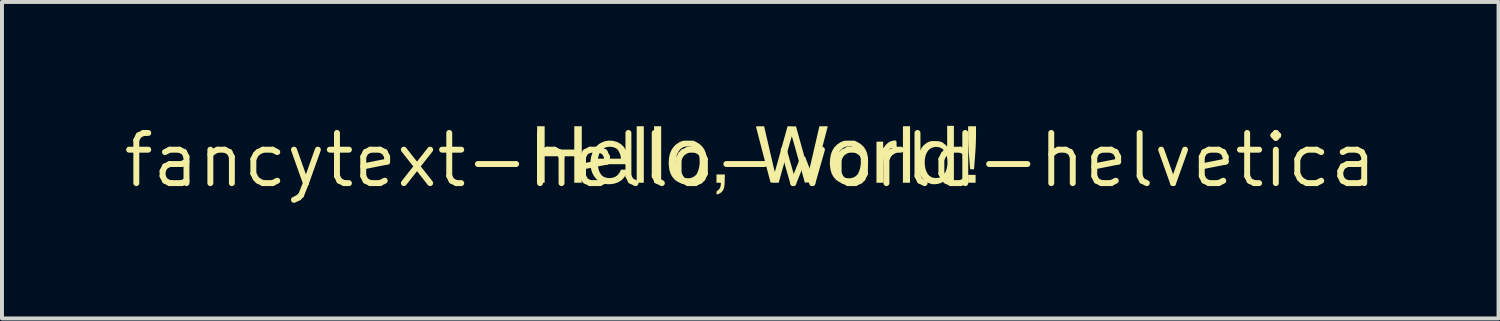
<source format=kicad_pcb>
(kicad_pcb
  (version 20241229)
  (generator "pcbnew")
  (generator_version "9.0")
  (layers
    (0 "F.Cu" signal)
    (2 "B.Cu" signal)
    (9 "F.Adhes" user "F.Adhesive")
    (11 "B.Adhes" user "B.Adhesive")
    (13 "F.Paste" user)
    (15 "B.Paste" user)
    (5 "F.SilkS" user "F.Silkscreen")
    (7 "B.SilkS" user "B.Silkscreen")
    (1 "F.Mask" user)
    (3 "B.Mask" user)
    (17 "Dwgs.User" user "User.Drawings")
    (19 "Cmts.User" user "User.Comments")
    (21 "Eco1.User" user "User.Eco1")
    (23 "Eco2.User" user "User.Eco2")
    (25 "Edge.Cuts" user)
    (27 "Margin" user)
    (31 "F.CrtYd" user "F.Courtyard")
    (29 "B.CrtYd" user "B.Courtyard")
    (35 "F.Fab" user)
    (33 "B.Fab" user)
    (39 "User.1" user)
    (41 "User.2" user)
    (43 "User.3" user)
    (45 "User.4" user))
  (footprint "fancytext-hello-world-helvetica"
    (layer "F.Cu")
    (at 15.943 1.006)
    (property "Reference" "fancytext-hello-world-helvetica" (at 0 0 0) (layer "F.SilkS") (effects (font (size 1.27 1.27) (thickness 0.15))))
    (attr board_only exclude_from_pos_files exclude_from_bom)
    (fp_poly (pts (xy -2.875 -0.145) (xy -2.875 -0.86) (xy -2.785 -0.86) (xy -2.695 -0.86) (xy -2.695 -0.145) (xy -2.695 0.57) (xy -2.785 0.57) (xy -2.875 0.57) (xy -2.875 -0.145)) (stroke (width 0) (type solid)) (fill yes) (layer "F.SilkS"))
    (fp_poly (pts (xy -2.435 -0.145) (xy -2.435 -0.86) (xy -2.345 -0.86) (xy -2.255 -0.86) (xy -2.255 -0.145) (xy -2.255 0.57) (xy -2.345 0.57) (xy -2.435 0.57) (xy -2.435 -0.145)) (stroke (width 0) (type solid)) (fill yes) (layer "F.SilkS"))
    (fp_poly (pts (xy 3.865 -0.145) (xy 3.865 -0.86) (xy 3.955 -0.86) (xy 4.045 -0.86) (xy 4.045 -0.145) (xy 4.045 0.57) (xy 3.955 0.57) (xy 3.865 0.57) (xy 3.865 -0.145)) (stroke (width 0) (type solid)) (fill yes) (layer "F.SilkS"))
    (fp_poly (pts (xy 5.515 0.47) (xy 5.515 0.37) (xy 5.61 0.37) (xy 5.705 0.37) (xy 5.705 0.47) (xy 5.705 0.57) (xy 5.61 0.57) (xy 5.515 0.57) (xy 5.515 0.47)) (stroke (width 0) (type solid)) (fill yes) (layer "F.SilkS"))
    (fp_poly (pts (xy -5.395 -0.145) (xy -5.395 -0.86) (xy -5.3 -0.86) (xy -5.205 -0.86) (xy -5.205 -0.565) (xy -5.205 -0.27) (xy -4.83 -0.27) (xy -4.455 -0.27) (xy -4.455 -0.565) (xy -4.455 -0.86) (xy -4.36 -0.86) (xy -4.265 -0.86) (xy -4.265 -0.145) (xy -4.265 0.57) (xy -4.36 0.57) (xy -4.455 0.57) (xy -4.455 0.235) (xy -4.455 -0.1) (xy -4.83 -0.1) (xy -5.205 -0.1) (xy -5.205 0.235) (xy -5.205 0.57) (xy -5.3 0.57) (xy -5.395 0.57) (xy -5.395 -0.145)) (stroke (width 0) (type solid)) (fill yes) (layer "F.SilkS"))
    (fp_poly (pts (xy -0.849 0.863) (xy -0.853 0.85) (xy -0.855 0.825) (xy -0.855 0.818) (xy -0.852 0.791) (xy -0.842 0.776) (xy -0.833 0.771) (xy -0.799 0.748) (xy -0.772 0.711) (xy -0.753 0.665) (xy -0.745 0.614) (xy -0.745 0.61) (xy -0.745 0.57) (xy -0.8 0.57) (xy -0.855 0.57) (xy -0.855 0.465) (xy -0.855 0.36) (xy -0.749 0.36) (xy -0.643 0.36) (xy -0.647 0.517) (xy -0.65 0.595) (xy -0.656 0.657) (xy -0.665 0.705) (xy -0.679 0.744) (xy -0.699 0.776) (xy -0.726 0.806) (xy -0.728 0.808) (xy -0.752 0.827) (xy -0.782 0.844) (xy -0.812 0.858) (xy -0.836 0.864) (xy -0.849 0.863)) (stroke (width 0) (type solid)) (fill yes) (layer "F.SilkS"))
    (fp_poly (pts (xy 5.565 0.217) (xy 5.564 0.205) (xy 5.562 0.175) (xy 5.558 0.13) (xy 5.553 0.073) (xy 5.548 0.006) (xy 5.542 -0.068) (xy 5.54 -0.09) (xy 5.528 -0.243) (xy 5.52 -0.383) (xy 5.516 -0.515) (xy 5.515 -0.623) (xy 5.515 -0.86) (xy 5.615 -0.86) (xy 5.715 -0.86) (xy 5.715 -0.632) (xy 5.712 -0.483) (xy 5.705 -0.315) (xy 5.693 -0.131) (xy 5.69 -0.09) (xy 5.684 -0.013) (xy 5.678 0.058) (xy 5.674 0.119) (xy 5.67 0.169) (xy 5.667 0.205) (xy 5.665 0.224) (xy 5.665 0.228) (xy 5.656 0.229) (xy 5.633 0.23) (xy 5.615 0.23) (xy 5.581 0.228) (xy 5.566 0.22) (xy 5.565 0.217)) (stroke (width 0) (type solid)) (fill yes) (layer "F.SilkS"))
    (fp_poly (pts (xy 3.195 0.05) (xy 3.195 -0.47) (xy 3.28 -0.47) (xy 3.365 -0.47) (xy 3.365 -0.383) (xy 3.365 -0.297) (xy 3.396 -0.343) (xy 3.448 -0.407) (xy 3.509 -0.455) (xy 3.577 -0.486) (xy 3.617 -0.495) (xy 3.655 -0.5) (xy 3.681 -0.497) (xy 3.696 -0.486) (xy 3.703 -0.461) (xy 3.705 -0.421) (xy 3.705 -0.399) (xy 3.705 -0.31) (xy 3.649 -0.31) (xy 3.586 -0.306) (xy 3.536 -0.291) (xy 3.49 -0.263) (xy 3.458 -0.234) (xy 3.437 -0.213) (xy 3.42 -0.193) (xy 3.407 -0.171) (xy 3.396 -0.147) (xy 3.388 -0.117) (xy 3.382 -0.079) (xy 3.379 -0.031) (xy 3.377 0.029) (xy 3.375 0.103) (xy 3.375 0.194) (xy 3.375 0.247) (xy 3.375 0.57) (xy 3.285 0.57) (xy 3.195 0.57) (xy 3.195 0.05)) (stroke (width 0) (type solid)) (fill yes) (layer "F.SilkS"))
    (fp_poly (pts (xy -3.487 -0.493) (xy -3.393 -0.469) (xy -3.348 -0.45) (xy -3.27 -0.404) (xy -3.206 -0.343) (xy -3.156 -0.268) (xy -3.121 -0.181) (xy -3.101 -0.081) (xy -3.095 0.014) (xy -3.095 0.1) (xy -3.855 0.1) (xy -3.855 0.138) (xy -3.85 0.187) (xy -3.835 0.244) (xy -3.815 0.299) (xy -3.808 0.315) (xy -3.769 0.373) (xy -3.72 0.415) (xy -3.659 0.441) (xy -3.586 0.452) (xy -3.566 0.453) (xy -3.486 0.444) (xy -3.416 0.419) (xy -3.359 0.378) (xy -3.313 0.321) (xy -3.293 0.284) (xy -3.274 0.24) (xy -3.103 0.24) (xy -3.109 0.268) (xy -3.124 0.312) (xy -3.149 0.363) (xy -3.18 0.415) (xy -3.213 0.459) (xy -3.221 0.469) (xy -3.28 0.521) (xy -3.353 0.562) (xy -3.436 0.591) (xy -3.524 0.606) (xy -3.615 0.607) (xy -3.675 0.599) (xy -3.758 0.573) (xy -3.834 0.53) (xy -3.901 0.471) (xy -3.957 0.4) (xy -4.001 0.318) (xy -4.029 0.228) (xy -4.03 0.225) (xy -4.044 0.118) (xy -4.044 0.013) (xy -4.036 -0.04) (xy -3.857 -0.04) (xy -3.272 -0.04) (xy -3.279 -0.087) (xy -3.289 -0.131) (xy -3.307 -0.179) (xy -3.329 -0.226) (xy -3.353 -0.262) (xy -3.358 -0.269) (xy -3.401 -0.303) (xy -3.457 -0.326) (xy -3.521 -0.339) (xy -3.586 -0.34) (xy -3.649 -0.328) (xy -3.68 -0.316) (xy -3.741 -0.277) (xy -3.79 -0.222) (xy -3.827 -0.152) (xy -3.85 -0.072) (xy -3.857 -0.04) (xy -4.036 -0.04) (xy -4.028 -0.088) (xy -3.999 -0.182) (xy -3.958 -0.267) (xy -3.904 -0.342) (xy -3.839 -0.403) (xy -3.772 -0.445) (xy -3.677 -0.481) (xy -3.582 -0.497)) (stroke (width 0) (type solid)) (fill yes) (layer "F.SilkS"))
    (fp_poly (pts (xy 5.155 0.57) (xy 4.995 0.57) (xy 4.995 0.439) (xy 4.942 0.493) (xy 4.881 0.545) (xy 4.814 0.581) (xy 4.746 0.6) (xy 4.667 0.609) (xy 4.594 0.603) (xy 4.563 0.595) (xy 4.484 0.563) (xy 4.412 0.514) (xy 4.35 0.45) (xy 4.299 0.373) (xy 4.26 0.286) (xy 4.249 0.25) (xy 4.238 0.186) (xy 4.232 0.111) (xy 4.232 0.087) (xy 4.417 0.087) (xy 4.418 0.098) (xy 4.43 0.191) (xy 4.453 0.272) (xy 4.487 0.34) (xy 4.532 0.393) (xy 4.585 0.429) (xy 4.59 0.431) (xy 4.637 0.445) (xy 4.693 0.45) (xy 4.752 0.448) (xy 4.803 0.436) (xy 4.822 0.429) (xy 4.874 0.393) (xy 4.918 0.341) (xy 4.953 0.275) (xy 4.977 0.199) (xy 4.991 0.113) (xy 4.992 0.022) (xy 4.987 -0.037) (xy 4.968 -0.126) (xy 4.937 -0.2) (xy 4.896 -0.259) (xy 4.844 -0.303) (xy 4.783 -0.329) (xy 4.714 -0.339) (xy 4.685 -0.337) (xy 4.614 -0.322) (xy 4.552 -0.29) (xy 4.501 -0.242) (xy 4.462 -0.179) (xy 4.434 -0.103) (xy 4.419 -0.014) (xy 4.417 0.087) (xy 4.232 0.087) (xy 4.233 0.03) (xy 4.239 -0.048) (xy 4.252 -0.117) (xy 4.254 -0.123) (xy 4.288 -0.222) (xy 4.334 -0.307) (xy 4.39 -0.377) (xy 4.456 -0.431) (xy 4.493 -0.452) (xy 4.524 -0.467) (xy 4.549 -0.476) (xy 4.575 -0.482) (xy 4.607 -0.484) (xy 4.651 -0.485) (xy 4.67 -0.485) (xy 4.741 -0.483) (xy 4.798 -0.475) (xy 4.845 -0.459) (xy 4.887 -0.435) (xy 4.929 -0.4) (xy 4.932 -0.397) (xy 4.985 -0.347) (xy 4.985 -0.87) (xy 5.155 -0.87)) (stroke (width 0) (type solid)) (fill yes) (layer "F.SilkS"))
    (fp_poly (pts (xy -1.364 -0.458) (xy -1.281 -0.408) (xy -1.214 -0.345) (xy -1.162 -0.27) (xy -1.125 -0.183) (xy -1.103 -0.083) (xy -1.097 0.03) (xy -1.098 0.075) (xy -1.111 0.191) (xy -1.14 0.296) (xy -1.182 0.388) (xy -1.239 0.467) (xy -1.279 0.507) (xy -1.341 0.549) (xy -1.415 0.581) (xy -1.499 0.601) (xy -1.587 0.609) (xy -1.676 0.604) (xy -1.704 0.599) (xy -1.771 0.579) (xy -1.838 0.545) (xy -1.899 0.503) (xy -1.921 0.483) (xy -1.977 0.415) (xy -2.019 0.337) (xy -2.047 0.247) (xy -2.062 0.144) (xy -2.065 0.065) (xy -2.062 0.026) (xy -1.883 0.026) (xy -1.882 0.095) (xy -1.872 0.193) (xy -1.851 0.276) (xy -1.817 0.342) (xy -1.772 0.393) (xy -1.714 0.43) (xy -1.658 0.449) (xy -1.598 0.458) (xy -1.539 0.455) (xy -1.506 0.449) (xy -1.453 0.43) (xy -1.403 0.399) (xy -1.364 0.361) (xy -1.355 0.347) (xy -1.342 0.322) (xy -1.327 0.285) (xy -1.311 0.243) (xy -1.309 0.235) (xy -1.289 0.154) (xy -1.28 0.065) (xy -1.282 -0.026) (xy -1.293 -0.11) (xy -1.303 -0.148) (xy -1.335 -0.22) (xy -1.379 -0.277) (xy -1.435 -0.318) (xy -1.503 -0.342) (xy -1.577 -0.35) (xy -1.649 -0.344) (xy -1.708 -0.323) (xy -1.76 -0.288) (xy -1.76 -0.288) (xy -1.812 -0.23) (xy -1.849 -0.159) (xy -1.873 -0.074) (xy -1.883 0.026) (xy -2.062 0.026) (xy -2.057 -0.053) (xy -2.035 -0.159) (xy -1.998 -0.253) (xy -1.946 -0.333) (xy -1.88 -0.399) (xy -1.8 -0.452) (xy -1.785 -0.459) (xy -1.754 -0.473) (xy -1.73 -0.483) (xy -1.707 -0.49) (xy -1.68 -0.493) (xy -1.644 -0.495) (xy -1.595 -0.495) (xy -1.575 -0.495) (xy -1.44 -0.495)) (stroke (width 0) (type solid)) (fill yes) (layer "F.SilkS"))
    (fp_poly (pts (xy 2.716 -0.458) (xy 2.799 -0.408) (xy 2.866 -0.345) (xy 2.918 -0.27) (xy 2.955 -0.183) (xy 2.977 -0.083) (xy 2.983 0.03) (xy 2.982 0.075) (xy 2.969 0.191) (xy 2.94 0.296) (xy 2.898 0.388) (xy 2.841 0.467) (xy 2.801 0.507) (xy 2.739 0.549) (xy 2.665 0.581) (xy 2.581 0.601) (xy 2.493 0.609) (xy 2.404 0.604) (xy 2.376 0.599) (xy 2.309 0.579) (xy 2.242 0.545) (xy 2.181 0.503) (xy 2.159 0.483) (xy 2.103 0.415) (xy 2.061 0.337) (xy 2.033 0.247) (xy 2.018 0.144) (xy 2.015 0.065) (xy 2.018 0.026) (xy 2.197 0.026) (xy 2.198 0.095) (xy 2.208 0.193) (xy 2.229 0.276) (xy 2.263 0.342) (xy 2.308 0.393) (xy 2.366 0.43) (xy 2.422 0.449) (xy 2.482 0.458) (xy 2.541 0.455) (xy 2.574 0.449) (xy 2.627 0.43) (xy 2.677 0.399) (xy 2.716 0.361) (xy 2.725 0.347) (xy 2.738 0.322) (xy 2.753 0.285) (xy 2.769 0.243) (xy 2.771 0.235) (xy 2.791 0.154) (xy 2.8 0.065) (xy 2.798 -0.026) (xy 2.787 -0.11) (xy 2.777 -0.148) (xy 2.745 -0.22) (xy 2.701 -0.277) (xy 2.645 -0.318) (xy 2.577 -0.342) (xy 2.503 -0.35) (xy 2.431 -0.344) (xy 2.372 -0.323) (xy 2.32 -0.288) (xy 2.32 -0.288) (xy 2.268 -0.23) (xy 2.231 -0.159) (xy 2.207 -0.074) (xy 2.197 0.026) (xy 2.018 0.026) (xy 2.023 -0.053) (xy 2.045 -0.159) (xy 2.082 -0.253) (xy 2.134 -0.333) (xy 2.2 -0.399) (xy 2.28 -0.452) (xy 2.295 -0.459) (xy 2.326 -0.473) (xy 2.35 -0.483) (xy 2.373 -0.49) (xy 2.4 -0.493) (xy 2.436 -0.495) (xy 2.485 -0.495) (xy 2.505 -0.495) (xy 2.64 -0.495)) (stroke (width 0) (type solid)) (fill yes) (layer "F.SilkS"))
    (fp_poly (pts (xy 0.511 0.552) (xy 0.507 0.538) (xy 0.498 0.506) (xy 0.486 0.459) (xy 0.47 0.398) (xy 0.451 0.326) (xy 0.429 0.245) (xy 0.406 0.156) (xy 0.381 0.061) (xy 0.356 -0.038) (xy 0.329 -0.138) (xy 0.303 -0.239) (xy 0.277 -0.339) (xy 0.252 -0.435) (xy 0.229 -0.525) (xy 0.207 -0.608) (xy 0.188 -0.682) (xy 0.172 -0.745) (xy 0.159 -0.795) (xy 0.15 -0.83) (xy 0.146 -0.849) (xy 0.145 -0.851) (xy 0.154 -0.855) (xy 0.179 -0.858) (xy 0.216 -0.86) (xy 0.248 -0.86) (xy 0.351 -0.86) (xy 0.464 -0.372) (xy 0.487 -0.273) (xy 0.509 -0.177) (xy 0.531 -0.087) (xy 0.55 -0.004) (xy 0.567 0.069) (xy 0.581 0.13) (xy 0.592 0.175) (xy 0.599 0.204) (xy 0.599 0.205) (xy 0.622 0.295) (xy 0.633 0.26) (xy 0.638 0.244) (xy 0.647 0.21) (xy 0.661 0.161) (xy 0.678 0.099) (xy 0.699 0.025) (xy 0.722 -0.057) (xy 0.747 -0.147) (xy 0.773 -0.241) (xy 0.775 -0.25) (xy 0.802 -0.346) (xy 0.827 -0.439) (xy 0.852 -0.526) (xy 0.873 -0.604) (xy 0.892 -0.673) (xy 0.908 -0.728) (xy 0.919 -0.769) (xy 0.926 -0.792) (xy 0.926 -0.793) (xy 0.946 -0.861) (xy 1.052 -0.858) (xy 1.159 -0.855) (xy 1.31 -0.309) (xy 1.339 -0.207) (xy 1.365 -0.111) (xy 1.39 -0.021) (xy 1.413 0.059) (xy 1.432 0.129) (xy 1.448 0.187) (xy 1.46 0.23) (xy 1.468 0.258) (xy 1.47 0.266) (xy 1.478 0.295) (xy 1.49 0.255) (xy 1.494 0.238) (xy 1.503 0.203) (xy 1.515 0.153) (xy 1.53 0.089) (xy 1.548 0.013) (xy 1.568 -0.072) (xy 1.59 -0.166) (xy 1.613 -0.265) (xy 1.626 -0.323) (xy 1.75 -0.86) (xy 1.857 -0.86) (xy 1.963 -0.86) (xy 1.919 -0.693) (xy 1.908 -0.65) (xy 1.893 -0.592) (xy 1.873 -0.518) (xy 1.851 -0.433) (xy 1.826 -0.339) (xy 1.8 -0.238) (xy 1.772 -0.132) (xy 1.744 -0.025) (xy 1.732 0.02) (xy 1.589 0.565) (xy 1.485 0.565) (xy 1.381 0.565) (xy 1.219 -0.018) (xy 1.19 -0.123) (xy 1.162 -0.221) (xy 1.137 -0.312) (xy 1.114 -0.394) (xy 1.094 -0.464) (xy 1.077 -0.523) (xy 1.064 -0.567) (xy 1.056 -0.595) (xy 1.053 -0.606) (xy 1.053 -0.606) (xy 1.049 -0.597) (xy 1.041 -0.571) (xy 1.029 -0.528) (xy 1.012 -0.472) (xy 0.992 -0.402) (xy 0.969 -0.322) (xy 0.944 -0.232) (xy 0.916 -0.134) (xy 0.887 -0.03) (xy 0.885 -0.02) (xy 0.72 0.57) (xy 0.618 0.57) (xy 0.571 0.57) (xy 0.541 0.568) (xy 0.523 0.564) (xy 0.514 0.559) (xy 0.511 0.552)) (stroke (width 0) (type solid)) (fill yes) (layer "F.SilkS")))
  (gr_rect
    (start -3 -3)
    (end 34.886 5.012)
    (stroke (width 0.1) (type default))
    (fill no)
    (layer "Edge.Cuts")))
</source>
